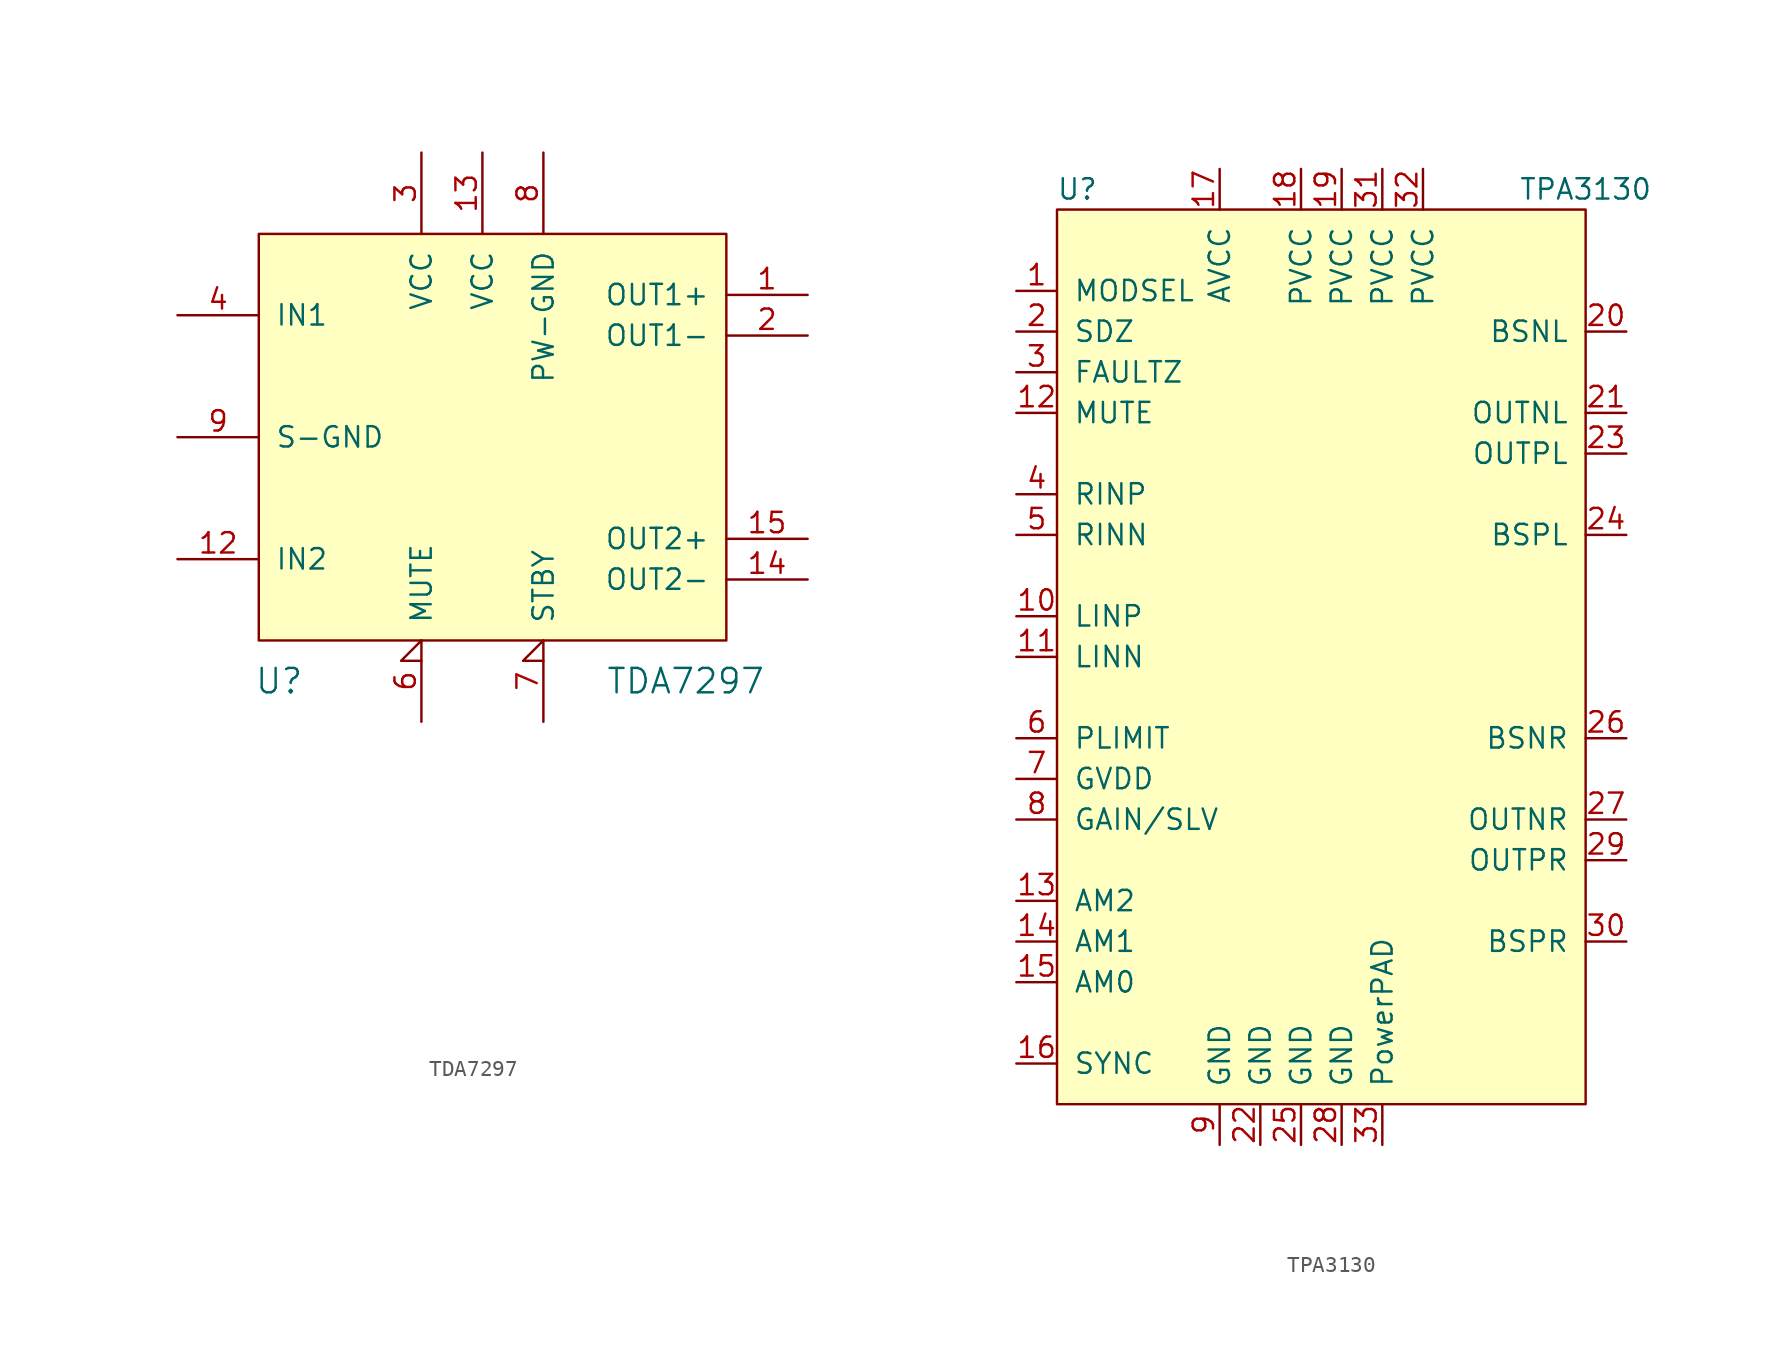
<source format=kicad_sym>
(kicad_symbol_lib
  (version 20211014)
  (generator kicad_symbol_editor)
  (symbol "TDA7297"
    (pin_names
      (offset 1.016))
    (property "Reference" "U"
      (at 8.89 17.78 0)
      (effects (font (size 1.524 1.524))))
    (property "Value" "TDA7297"
      (at 34.29 17.78 0)
      (effects (font (size 1.524 1.524))))
    (property "Footprint" ""
      (at 0 0 0)
      (effects (font (size 1.524 1.524))))
    (property "Datasheet" ""
      (at 0 0 0)
      (effects (font (size 1.524 1.524))))
    (symbol "TDA7297_0_1"
      (rectangle (start 7.62 20.32) (end 36.83 45.72) (stroke (width 0) (type default) (color 0 0 0 0)) (fill (type background))))
    (symbol "TDA7297_1_1"
      (pin output line (at 41.91 41.91 180) (length 5.08) (name "OUT1+" (effects (font (size 1.27 1.27)))) (number "1" (effects (font (size 1.27 1.27)))))
      (pin no_connect line (at 8.89 50.8 270) (length 5.08) hide (name "NC" (effects (font (size 1.27 1.27)))) (number "10" (effects (font (size 1.27 1.27)))))
      (pin no_connect line (at 11.43 50.8 270) (length 5.08) hide (name "NC" (effects (font (size 1.27 1.27)))) (number "11" (effects (font (size 1.27 1.27)))))
      (pin input line (at 2.54 25.4 0) (length 5.08) (name "IN2" (effects (font (size 1.27 1.27)))) (number "12" (effects (font (size 1.27 1.27)))))
      (pin power_in line (at 21.59 50.8 270) (length 5.08) (name "VCC" (effects (font (size 1.27 1.27)))) (number "13" (effects (font (size 1.27 1.27)))))
      (pin output line (at 41.91 24.13 180) (length 5.08) (name "OUT2-" (effects (font (size 1.27 1.27)))) (number "14" (effects (font (size 1.27 1.27)))))
      (pin output line (at 41.91 26.67 180) (length 5.08) (name "OUT2+" (effects (font (size 1.27 1.27)))) (number "15" (effects (font (size 1.27 1.27)))))
      (pin input line (at 41.91 39.37 180) (length 5.08) (name "OUT1-" (effects (font (size 1.27 1.27)))) (number "2" (effects (font (size 1.27 1.27)))))
      (pin power_in line (at 17.78 50.8 270) (length 5.08) (name "VCC" (effects (font (size 1.27 1.27)))) (number "3" (effects (font (size 1.27 1.27)))))
      (pin input line (at 2.54 40.64 0) (length 5.08) (name "IN1" (effects (font (size 1.27 1.27)))) (number "4" (effects (font (size 1.27 1.27)))))
      (pin no_connect line (at 13.97 50.8 270) (length 5.08) hide (name "NC" (effects (font (size 1.27 1.27)))) (number "5" (effects (font (size 1.27 1.27)))))
      (pin input input_low (at 17.78 15.24 90) (length 5.08) (name "MUTE" (effects (font (size 1.27 1.27)))) (number "6" (effects (font (size 1.27 1.27)))))
      (pin input input_low (at 25.4 15.24 90) (length 5.08) (name "STBY" (effects (font (size 1.27 1.27)))) (number "7" (effects (font (size 1.27 1.27)))))
      (pin power_in line (at 25.4 50.8 270) (length 5.08) (name "PW-GND" (effects (font (size 1.27 1.27)))) (number "8" (effects (font (size 1.27 1.27)))))
      (pin input line (at 2.54 33.02 0) (length 5.08) (name "S-GND" (effects (font (size 1.27 1.27)))) (number "9" (effects (font (size 1.27 1.27)))))))
  (symbol "TPA3130"
    (pin_names
      (offset 1.016))
    (property "Reference" "U"
      (at 1.27 57.15 0)
      (effects (font (size 1.27 1.27))))
    (property "Value" "TPA3130"
      (at 33.02 57.15 0)
      (effects (font (size 1.27 1.27))))
    (symbol "TPA3130_0_1"
      (rectangle (start 0 0) (end 33.02 55.88) (stroke (width 0) (type default) (color 0 0 0 0)) (fill (type background))))
    (symbol "TPA3130_1_1"
      (pin input line (at -2.54 50.8 0) (length 2.54) (name "MODSEL" (effects (font (size 1.27 1.27)))) (number "1" (effects (font (size 1.27 1.27)))))
      (pin input line (at -2.54 30.48 0) (length 2.54) (name "LINP" (effects (font (size 1.27 1.27)))) (number "10" (effects (font (size 1.27 1.27)))))
      (pin input line (at -2.54 27.94 0) (length 2.54) (name "LINN" (effects (font (size 1.27 1.27)))) (number "11" (effects (font (size 1.27 1.27)))))
      (pin input line (at -2.54 43.18 0) (length 2.54) (name "MUTE" (effects (font (size 1.27 1.27)))) (number "12" (effects (font (size 1.27 1.27)))))
      (pin input line (at -2.54 12.7 0) (length 2.54) (name "AM2" (effects (font (size 1.27 1.27)))) (number "13" (effects (font (size 1.27 1.27)))))
      (pin input line (at -2.54 10.16 0) (length 2.54) (name "AM1" (effects (font (size 1.27 1.27)))) (number "14" (effects (font (size 1.27 1.27)))))
      (pin input line (at -2.54 7.62 0) (length 2.54) (name "AM0" (effects (font (size 1.27 1.27)))) (number "15" (effects (font (size 1.27 1.27)))))
      (pin bidirectional line (at -2.54 2.54 0) (length 2.54) (name "SYNC" (effects (font (size 1.27 1.27)))) (number "16" (effects (font (size 1.27 1.27)))))
      (pin power_in line (at 10.16 58.42 270) (length 2.54) (name "AVCC" (effects (font (size 1.27 1.27)))) (number "17" (effects (font (size 1.27 1.27)))))
      (pin power_in line (at 15.24 58.42 270) (length 2.54) (name "PVCC" (effects (font (size 1.27 1.27)))) (number "18" (effects (font (size 1.27 1.27)))))
      (pin power_in line (at 17.78 58.42 270) (length 2.54) (name "PVCC" (effects (font (size 1.27 1.27)))) (number "19" (effects (font (size 1.27 1.27)))))
      (pin input line (at -2.54 48.26 0) (length 2.54) (name "SDZ" (effects (font (size 1.27 1.27)))) (number "2" (effects (font (size 1.27 1.27)))))
      (pin input line (at 35.56 48.26 180) (length 2.54) (name "BSNL" (effects (font (size 1.27 1.27)))) (number "20" (effects (font (size 1.27 1.27)))))
      (pin output line (at 35.56 43.18 180) (length 2.54) (name "OUTNL" (effects (font (size 1.27 1.27)))) (number "21" (effects (font (size 1.27 1.27)))))
      (pin power_in line (at 12.7 -2.54 90) (length 2.54) (name "GND" (effects (font (size 1.27 1.27)))) (number "22" (effects (font (size 1.27 1.27)))))
      (pin output line (at 35.56 40.64 180) (length 2.54) (name "OUTPL" (effects (font (size 1.27 1.27)))) (number "23" (effects (font (size 1.27 1.27)))))
      (pin input line (at 35.56 35.56 180) (length 2.54) (name "BSPL" (effects (font (size 1.27 1.27)))) (number "24" (effects (font (size 1.27 1.27)))))
      (pin power_in line (at 15.24 -2.54 90) (length 2.54) (name "GND" (effects (font (size 1.27 1.27)))) (number "25" (effects (font (size 1.27 1.27)))))
      (pin input line (at 35.56 22.86 180) (length 2.54) (name "BSNR" (effects (font (size 1.27 1.27)))) (number "26" (effects (font (size 1.27 1.27)))))
      (pin output line (at 35.56 17.78 180) (length 2.54) (name "OUTNR" (effects (font (size 1.27 1.27)))) (number "27" (effects (font (size 1.27 1.27)))))
      (pin power_in line (at 17.78 -2.54 90) (length 2.54) (name "GND" (effects (font (size 1.27 1.27)))) (number "28" (effects (font (size 1.27 1.27)))))
      (pin output line (at 35.56 15.24 180) (length 2.54) (name "OUTPR" (effects (font (size 1.27 1.27)))) (number "29" (effects (font (size 1.27 1.27)))))
      (pin output line (at -2.54 45.72 0) (length 2.54) (name "FAULTZ" (effects (font (size 1.27 1.27)))) (number "3" (effects (font (size 1.27 1.27)))))
      (pin input line (at 35.56 10.16 180) (length 2.54) (name "BSPR" (effects (font (size 1.27 1.27)))) (number "30" (effects (font (size 1.27 1.27)))))
      (pin power_in line (at 20.32 58.42 270) (length 2.54) (name "PVCC" (effects (font (size 1.27 1.27)))) (number "31" (effects (font (size 1.27 1.27)))))
      (pin power_in line (at 22.86 58.42 270) (length 2.54) (name "PVCC" (effects (font (size 1.27 1.27)))) (number "32" (effects (font (size 1.27 1.27)))))
      (pin power_in line (at 20.32 -2.54 90) (length 2.54) (name "PowerPAD" (effects (font (size 1.27 1.27)))) (number "33" (effects (font (size 1.27 1.27)))))
      (pin input line (at -2.54 38.1 0) (length 2.54) (name "RINP" (effects (font (size 1.27 1.27)))) (number "4" (effects (font (size 1.27 1.27)))))
      (pin input line (at -2.54 35.56 0) (length 2.54) (name "RINN" (effects (font (size 1.27 1.27)))) (number "5" (effects (font (size 1.27 1.27)))))
      (pin input line (at -2.54 22.86 0) (length 2.54) (name "PLIMIT" (effects (font (size 1.27 1.27)))) (number "6" (effects (font (size 1.27 1.27)))))
      (pin power_out line (at -2.54 20.32 0) (length 2.54) (name "GVDD" (effects (font (size 1.27 1.27)))) (number "7" (effects (font (size 1.27 1.27)))))
      (pin input line (at -2.54 17.78 0) (length 2.54) (name "GAIN/SLV" (effects (font (size 1.27 1.27)))) (number "8" (effects (font (size 1.27 1.27)))))
      (pin power_in line (at 10.16 -2.54 90) (length 2.54) (name "GND" (effects (font (size 1.27 1.27)))) (number "9" (effects (font (size 1.27 1.27))))))))
</source>
